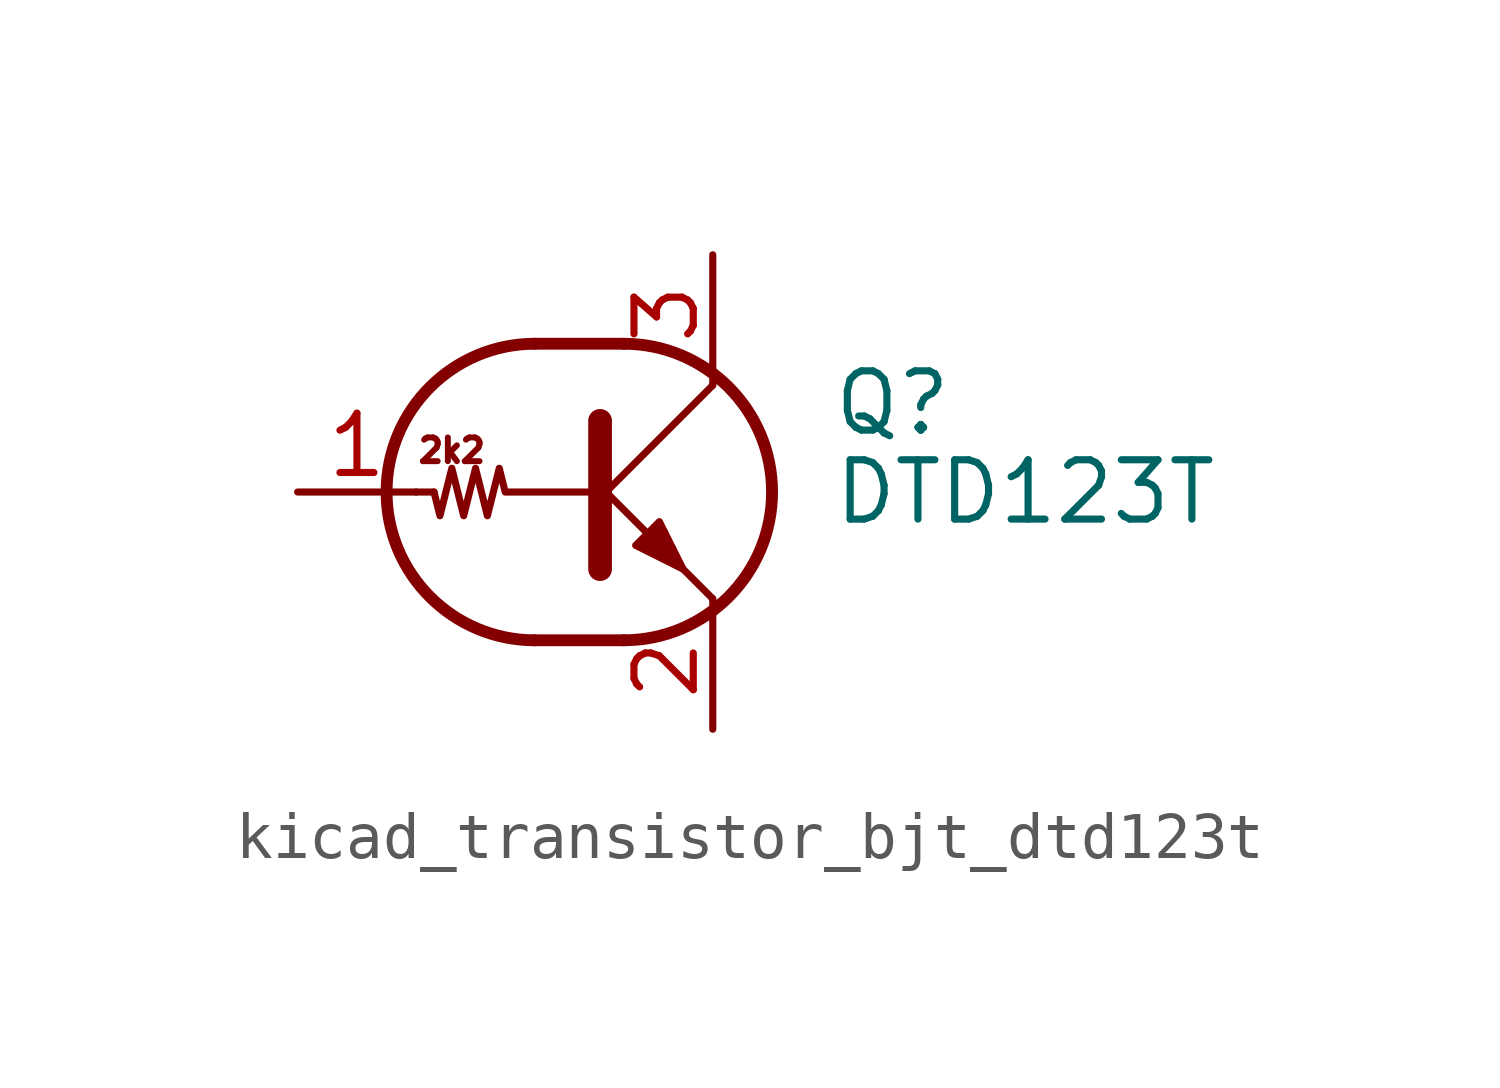
<source format=kicad_sym>
(kicad_symbol_lib
  (version 20220914)
  (generator kicad_symbol_editor)
  (symbol "kicad_transistor_bjt_dtd123t"
    (pin_names
      (offset 0) hide)
    (property "Reference" "Q"
      (at 5.08 1.905 0)
      (effects (font (size 1.27 1.27)) (justify left)))
    (property "Value" "DTD123T"
      (at 5.08 0 0)
      (effects (font (size 1.27 1.27)) (justify left)))
    (symbol "kicad_transistor_bjt_dtd123t_0_0"
      (polyline (pts (xy 2.54 -2.286) (xy 2.54 -2.54)) (stroke (width 0) (type default)) (fill (type none)))
      (text "2k2" (at -3.048 0.889 0) (effects (font (size 0.508 0.508)))))
    (symbol "kicad_transistor_bjt_dtd123t_0_1"
      (arc (start -1.27 3.175) (mid -4.4312 0) (end -1.27 -3.175) (stroke (width 0.254) (type default)) (fill (type none)))
      (polyline (pts (xy -3.429 0) (xy -3.81 0)) (stroke (width 0) (type default)) (fill (type none)))
      (polyline (pts (xy -1.27 -3.175) (xy 0.635 -3.175)) (stroke (width 0.254) (type default)) (fill (type none)))
      (polyline (pts (xy -1.27 3.175) (xy 0.635 3.175)) (stroke (width 0.254) (type default)) (fill (type none)))
      (polyline (pts (xy 0 -0.254) (xy 2.54 2.286)) (stroke (width 0) (type default)) (fill (type none)))
      (polyline (pts (xy 0.127 1.524) (xy 0.127 -1.651)) (stroke (width 0.508) (type default)) (fill (type outline)))
      (polyline (pts (xy 2.54 2.286) (xy 2.54 2.54)) (stroke (width 0) (type default)) (fill (type none)))
      (polyline (pts (xy 2.54 -2.286) (xy 0 0.254) (xy 0 0.254)) (stroke (width 0) (type default)) (fill (type none)))
      (polyline (pts (xy 0.889 -1.143) (xy 1.397 -0.635) (xy 1.905 -1.651) (xy 0.889 -1.143)) (stroke (width 0) (type default)) (fill (type outline)))
      (polyline (pts (xy 0 0) (xy -1.905 0) (xy -2.032 0.508) (xy -2.286 -0.508) (xy -2.54 0.508) (xy -2.794 -0.508) (xy -3.048 0.508) (xy -3.302 -0.508) (xy -3.429 0)) (stroke (width 0) (type default)) (fill (type none)))
      (arc (start 0.635 -3.175) (mid 3.7962 0) (end 0.635 3.175) (stroke (width 0.254) (type default)) (fill (type none))))
    (symbol "kicad_transistor_bjt_dtd123t_1_1"
      (pin input line (at -6.35 0 0) (length 2.54) (name "B" (effects (font (size 1.27 1.27)))) (number "1" (effects (font (size 1.27 1.27)))))
      (pin passive line (at 2.54 -5.08 90) (length 2.54) (name "E" (effects (font (size 1.27 1.27)))) (number "2" (effects (font (size 1.27 1.27)))))
      (pin passive line (at 2.54 5.08 270) (length 2.54) (name "C" (effects (font (size 1.27 1.27)))) (number "3" (effects (font (size 1.27 1.27))))))))
</source>
